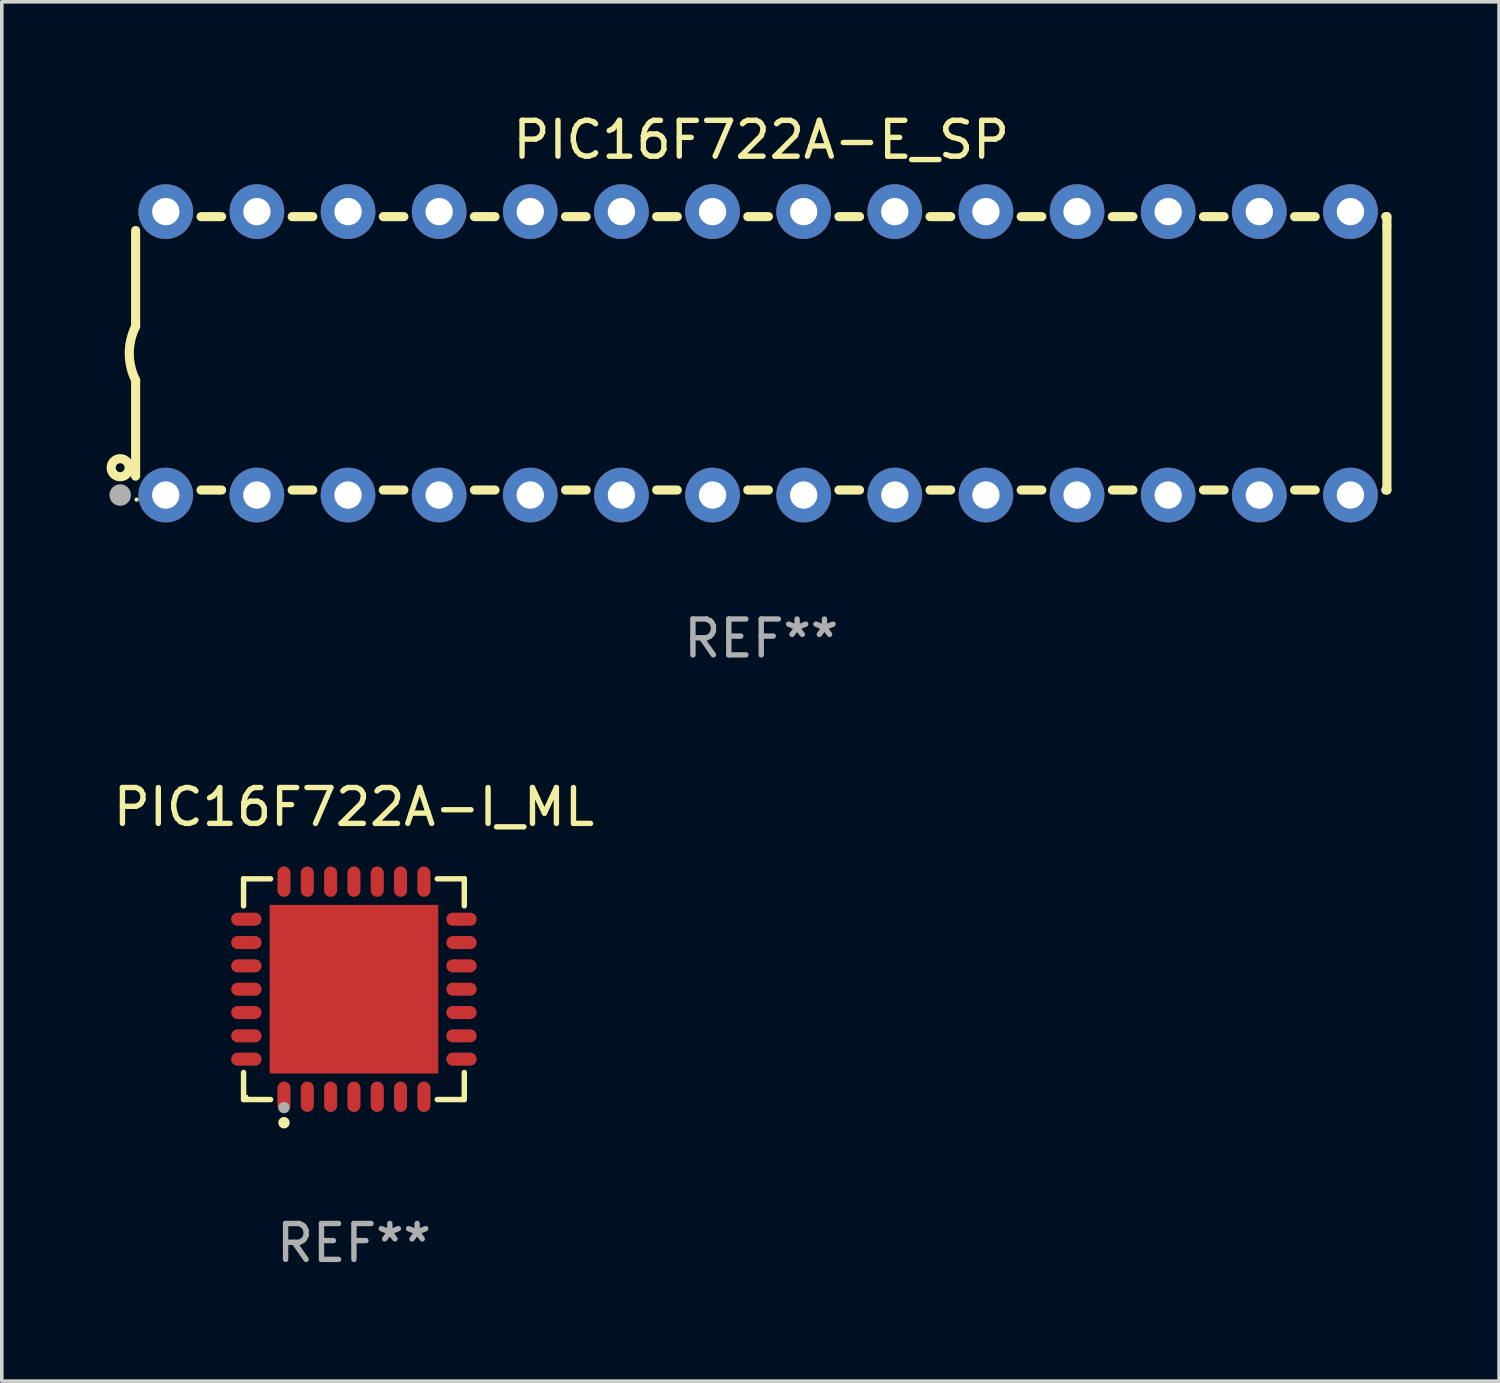
<source format=kicad_pcb>
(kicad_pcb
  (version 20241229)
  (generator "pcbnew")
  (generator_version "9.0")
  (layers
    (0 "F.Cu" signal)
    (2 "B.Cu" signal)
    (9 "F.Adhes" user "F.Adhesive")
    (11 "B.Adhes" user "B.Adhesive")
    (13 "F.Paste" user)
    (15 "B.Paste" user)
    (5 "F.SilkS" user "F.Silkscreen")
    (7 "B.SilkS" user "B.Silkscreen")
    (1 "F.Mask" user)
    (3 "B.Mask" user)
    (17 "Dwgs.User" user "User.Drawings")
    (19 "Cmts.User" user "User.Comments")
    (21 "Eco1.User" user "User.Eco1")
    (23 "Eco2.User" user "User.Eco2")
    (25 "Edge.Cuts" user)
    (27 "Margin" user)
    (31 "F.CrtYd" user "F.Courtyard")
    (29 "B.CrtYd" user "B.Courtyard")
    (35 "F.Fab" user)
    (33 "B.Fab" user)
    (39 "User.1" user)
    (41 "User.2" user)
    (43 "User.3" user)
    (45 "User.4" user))
  (footprint "PIC16F722A-I_ML"
    (layer "F.Cu")
    (at 6.815 24.521)
    (property "Reference" "PIC16F722A-I_ML" (at 0 -5.076 0) (layer "F.SilkS") (effects (font (size 1 1) (thickness 0.15))))
    (attr through_hole)
    (fp_line (start -3.076 -3.076) (end -2.323 -3.076) (stroke (width 0.152) (type solid)) (layer "F.SilkS"))
    (fp_line (start -3.076 -2.323) (end -3.076 -3.076) (stroke (width 0.152) (type solid)) (layer "F.SilkS"))
    (fp_line (start -3.076 2.323) (end -3.076 3.076) (stroke (width 0.152) (type solid)) (layer "F.SilkS"))
    (fp_line (start -3.076 3.076) (end -2.323 3.076) (stroke (width 0.152) (type solid)) (layer "F.SilkS"))
    (fp_line (start 3.076 -3.076) (end 2.323 -3.076) (stroke (width 0.152) (type solid)) (layer "F.SilkS"))
    (fp_line (start 3.076 -2.323) (end 3.076 -3.076) (stroke (width 0.152) (type solid)) (layer "F.SilkS"))
    (fp_line (start 3.076 2.323) (end 3.076 3.076) (stroke (width 0.152) (type solid)) (layer "F.SilkS"))
    (fp_line (start 3.076 3.076) (end 2.323 3.076) (stroke (width 0.152) (type solid)) (layer "F.SilkS"))
    (fp_circle (center -3 3) (end -2.97 3) (stroke (width 0.06) (type solid)) (fill no) (layer "F.SilkS"))
    (fp_circle (center -1.95 3.722) (end -1.87 3.722) (stroke (width 0.16) (type solid)) (fill no) (layer "F.SilkS"))
    (fp_circle (center -1.95 3.3) (end -1.87 3.3) (stroke (width 0.16) (type solid)) (fill no) (layer "F.Fab"))
    (fp_text user "REF**" (at 0 7.076 0) (layer "F.Fab") (effects (font (size 1 1) (thickness 0.15))))
    (pad "1" smd oval (at -1.95 2.998) (size 0.364 0.847) (layers "F.Cu" "F.Mask" "F.Paste"))
    (pad "2" smd oval (at -1.3 2.998) (size 0.364 0.847) (layers "F.Cu" "F.Mask" "F.Paste"))
    (pad "3" smd oval (at -0.65 2.998) (size 0.364 0.847) (layers "F.Cu" "F.Mask" "F.Paste"))
    (pad "4" smd oval (at 0 2.998) (size 0.364 0.847) (layers "F.Cu" "F.Mask" "F.Paste"))
    (pad "5" smd oval (at 0.65 2.998) (size 0.364 0.847) (layers "F.Cu" "F.Mask" "F.Paste"))
    (pad "6" smd oval (at 1.3 2.998) (size 0.364 0.847) (layers "F.Cu" "F.Mask" "F.Paste"))
    (pad "7" smd oval (at 1.95 2.998) (size 0.364 0.847) (layers "F.Cu" "F.Mask" "F.Paste"))
    (pad "8" smd oval (at 2.998 1.95) (size 0.847 0.364) (layers "F.Cu" "F.Mask" "F.Paste"))
    (pad "9" smd oval (at 2.998 1.3) (size 0.847 0.364) (layers "F.Cu" "F.Mask" "F.Paste"))
    (pad "10" smd oval (at 2.998 0.65) (size 0.847 0.364) (layers "F.Cu" "F.Mask" "F.Paste"))
    (pad "11" smd oval (at 2.998 0) (size 0.847 0.364) (layers "F.Cu" "F.Mask" "F.Paste"))
    (pad "12" smd oval (at 2.998 -0.65) (size 0.847 0.364) (layers "F.Cu" "F.Mask" "F.Paste"))
    (pad "13" smd oval (at 2.998 -1.3) (size 0.847 0.364) (layers "F.Cu" "F.Mask" "F.Paste"))
    (pad "14" smd oval (at 2.998 -1.95) (size 0.847 0.364) (layers "F.Cu" "F.Mask" "F.Paste"))
    (pad "15" smd oval (at 1.95 -2.998) (size 0.364 0.847) (layers "F.Cu" "F.Mask" "F.Paste"))
    (pad "16" smd oval (at 1.3 -2.998) (size 0.364 0.847) (layers "F.Cu" "F.Mask" "F.Paste"))
    (pad "17" smd oval (at 0.65 -2.998) (size 0.364 0.847) (layers "F.Cu" "F.Mask" "F.Paste"))
    (pad "18" smd oval (at 0 -2.998) (size 0.364 0.847) (layers "F.Cu" "F.Mask" "F.Paste"))
    (pad "19" smd oval (at -0.65 -2.998) (size 0.364 0.847) (layers "F.Cu" "F.Mask" "F.Paste"))
    (pad "20" smd oval (at -1.3 -2.998) (size 0.364 0.847) (layers "F.Cu" "F.Mask" "F.Paste"))
    (pad "21" smd oval (at -1.95 -2.998) (size 0.364 0.847) (layers "F.Cu" "F.Mask" "F.Paste"))
    (pad "22" smd oval (at -2.998 -1.95) (size 0.847 0.364) (layers "F.Cu" "F.Mask" "F.Paste"))
    (pad "23" smd oval (at -2.998 -1.3) (size 0.847 0.364) (layers "F.Cu" "F.Mask" "F.Paste"))
    (pad "24" smd oval (at -2.998 -0.65) (size 0.847 0.364) (layers "F.Cu" "F.Mask" "F.Paste"))
    (pad "25" smd oval (at -2.998 0) (size 0.847 0.364) (layers "F.Cu" "F.Mask" "F.Paste"))
    (pad "26" smd oval (at -2.998 0.65) (size 0.847 0.364) (layers "F.Cu" "F.Mask" "F.Paste"))
    (pad "27" smd oval (at -2.998 1.3) (size 0.847 0.364) (layers "F.Cu" "F.Mask" "F.Paste"))
    (pad "28" smd oval (at -2.998 1.95) (size 0.847 0.364) (layers "F.Cu" "F.Mask" "F.Paste"))
    (pad "29" smd rect (at 0 0) (size 4.7 4.7) (layers "F.Cu" "F.Mask" "F.Paste")))
  (footprint "PIC16F722A-E_SP"
    (layer "F.Cu")
    (at 18.168 6.798)
    (property "Reference" "PIC16F722A-E_SP" (at 0 -5.95 0) (layer "F.SilkS") (effects (font (size 1 1) (thickness 0.15))))
    (attr through_hole)
    (fp_line (start -17.438 0.75) (end -17.438 3.423) (stroke (width 0.254) (type solid)) (layer "F.SilkS"))
    (fp_line (start -17.438 -3.423) (end -17.438 -0.75) (stroke (width 0.254) (type solid)) (layer "F.SilkS"))
    (fp_line (start -15.615 3.81) (end -15.041 3.81) (stroke (width 0.254) (type solid)) (layer "F.SilkS"))
    (fp_line (start -15.041 -3.81) (end -15.614 -3.81) (stroke (width 0.254) (type solid)) (layer "F.SilkS"))
    (fp_line (start -13.075 3.81) (end -12.501 3.81) (stroke (width 0.254) (type solid)) (layer "F.SilkS"))
    (fp_line (start -12.501 -3.81) (end -13.074 -3.81) (stroke (width 0.254) (type solid)) (layer "F.SilkS"))
    (fp_line (start -10.535 3.81) (end -9.961 3.81) (stroke (width 0.254) (type solid)) (layer "F.SilkS"))
    (fp_line (start -9.961 -3.81) (end -10.534 -3.81) (stroke (width 0.254) (type solid)) (layer "F.SilkS"))
    (fp_line (start -7.995 3.81) (end -7.421 3.81) (stroke (width 0.254) (type solid)) (layer "F.SilkS"))
    (fp_line (start -7.421 -3.81) (end -7.995 -3.81) (stroke (width 0.254) (type solid)) (layer "F.SilkS"))
    (fp_line (start -5.455 3.81) (end -4.881 3.81) (stroke (width 0.254) (type solid)) (layer "F.SilkS"))
    (fp_line (start -4.881 -3.81) (end -5.455 -3.81) (stroke (width 0.254) (type solid)) (layer "F.SilkS"))
    (fp_line (start -2.915 3.81) (end -2.341 3.81) (stroke (width 0.254) (type solid)) (layer "F.SilkS"))
    (fp_line (start -2.341 -3.81) (end -2.915 -3.81) (stroke (width 0.254) (type solid)) (layer "F.SilkS"))
    (fp_line (start -0.375 3.81) (end 0.199 3.81) (stroke (width 0.254) (type solid)) (layer "F.SilkS"))
    (fp_line (start 0.199 -3.81) (end -0.375 -3.81) (stroke (width 0.254) (type solid)) (layer "F.SilkS"))
    (fp_line (start 2.165 3.81) (end 2.739 3.81) (stroke (width 0.254) (type solid)) (layer "F.SilkS"))
    (fp_line (start 2.739 -3.81) (end 2.165 -3.81) (stroke (width 0.254) (type solid)) (layer "F.SilkS"))
    (fp_line (start 4.705 3.81) (end 5.279 3.81) (stroke (width 0.254) (type solid)) (layer "F.SilkS"))
    (fp_line (start 5.279 -3.81) (end 4.705 -3.81) (stroke (width 0.254) (type solid)) (layer "F.SilkS"))
    (fp_line (start 7.245 3.81) (end 7.819 3.81) (stroke (width 0.254) (type solid)) (layer "F.SilkS"))
    (fp_line (start 7.819 -3.81) (end 7.245 -3.81) (stroke (width 0.254) (type solid)) (layer "F.SilkS"))
    (fp_line (start 9.785 3.81) (end 10.359 3.81) (stroke (width 0.254) (type solid)) (layer "F.SilkS"))
    (fp_line (start 10.359 -3.81) (end 9.785 -3.81) (stroke (width 0.254) (type solid)) (layer "F.SilkS"))
    (fp_line (start 12.325 3.81) (end 12.899 3.81) (stroke (width 0.254) (type solid)) (layer "F.SilkS"))
    (fp_line (start 12.899 -3.81) (end 12.325 -3.81) (stroke (width 0.254) (type solid)) (layer "F.SilkS"))
    (fp_line (start 14.865 3.81) (end 15.439 3.81) (stroke (width 0.254) (type solid)) (layer "F.SilkS"))
    (fp_line (start 15.439 -3.81) (end 14.865 -3.81) (stroke (width 0.254) (type solid)) (layer "F.SilkS"))
    (fp_line (start 17.405 3.81) (end 17.438 3.81) (stroke (width 0.254) (type solid)) (layer "F.SilkS"))
    (fp_line (start 17.438 -3.81) (end 17.405 -3.81) (stroke (width 0.254) (type solid)) (layer "F.SilkS"))
    (fp_line (start 17.438 -3.556) (end 17.438 -3.81) (stroke (width 0.254) (type solid)) (layer "F.SilkS"))
    (fp_line (start 17.438 3.81) (end 17.438 -3.556) (stroke (width 0.254) (type solid)) (layer "F.SilkS"))
    (fp_arc (start -17.437986 0.749657) (mid -17.614887 -0.000024) (end -17.437783 -0.749657) (stroke (width 0.254001) (type solid)) (layer "F.SilkS"))
    (fp_circle (center -17.868 3.188) (end -17.743 3.188) (stroke (width 0.254) (type solid)) (fill no) (layer "F.SilkS"))
    (fp_circle (center -17.411 4.077) (end -17.381 4.077) (stroke (width 0.06) (type solid)) (fill no) (layer "F.SilkS"))
    (fp_circle (center -17.868 3.95) (end -17.718 3.95) (stroke (width 0.3) (type solid)) (fill no) (layer "F.Fab"))
    (fp_text user "REF**" (at 0 7.95 0) (layer "F.Fab") (effects (font (size 1 1) (thickness 0.15))))
    (pad "1" thru_hole circle (at -16.598 3.95) (size 1.524 1.524) (drill 0.762) (layers "*.Cu" "*.Mask"))
    (pad "2" thru_hole circle (at -14.058 3.95) (size 1.524 1.524) (drill 0.762) (layers "*.Cu" "*.Mask"))
    (pad "3" thru_hole circle (at -11.518 3.95) (size 1.524 1.524) (drill 0.762) (layers "*.Cu" "*.Mask"))
    (pad "4" thru_hole circle (at -8.978 3.95) (size 1.524 1.524) (drill 0.762) (layers "*.Cu" "*.Mask"))
    (pad "5" thru_hole circle (at -6.438 3.95) (size 1.524 1.524) (drill 0.762) (layers "*.Cu" "*.Mask"))
    (pad "6" thru_hole circle (at -3.898 3.95) (size 1.524 1.524) (drill 0.762) (layers "*.Cu" "*.Mask"))
    (pad "7" thru_hole circle (at -1.358 3.95) (size 1.524 1.524) (drill 0.762) (layers "*.Cu" "*.Mask"))
    (pad "8" thru_hole circle (at 1.182 3.95) (size 1.524 1.524) (drill 0.762) (layers "*.Cu" "*.Mask"))
    (pad "9" thru_hole circle (at 3.722 3.95) (size 1.524 1.524) (drill 0.762) (layers "*.Cu" "*.Mask"))
    (pad "10" thru_hole circle (at 6.262 3.95) (size 1.524 1.524) (drill 0.762) (layers "*.Cu" "*.Mask"))
    (pad "11" thru_hole circle (at 8.802 3.95) (size 1.524 1.524) (drill 0.762) (layers "*.Cu" "*.Mask"))
    (pad "12" thru_hole circle (at 11.342 3.95) (size 1.524 1.524) (drill 0.762) (layers "*.Cu" "*.Mask"))
    (pad "13" thru_hole circle (at 13.882 3.95) (size 1.524 1.524) (drill 0.762) (layers "*.Cu" "*.Mask"))
    (pad "14" thru_hole circle (at 16.422 3.95) (size 1.524 1.524) (drill 0.762) (layers "*.Cu" "*.Mask"))
    (pad "15" thru_hole circle (at 16.422 -3.95) (size 1.524 1.524) (drill 0.762) (layers "*.Cu" "*.Mask"))
    (pad "16" thru_hole circle (at 13.882 -3.95) (size 1.524 1.524) (drill 0.762) (layers "*.Cu" "*.Mask"))
    (pad "17" thru_hole circle (at 11.342 -3.95) (size 1.524 1.524) (drill 0.762) (layers "*.Cu" "*.Mask"))
    (pad "18" thru_hole circle (at 8.802 -3.95) (size 1.524 1.524) (drill 0.762) (layers "*.Cu" "*.Mask"))
    (pad "19" thru_hole circle (at 6.262 -3.95) (size 1.524 1.524) (drill 0.762) (layers "*.Cu" "*.Mask"))
    (pad "20" thru_hole circle (at 3.722 -3.95) (size 1.524 1.524) (drill 0.762) (layers "*.Cu" "*.Mask"))
    (pad "21" thru_hole circle (at 1.182 -3.95) (size 1.524 1.524) (drill 0.762) (layers "*.Cu" "*.Mask"))
    (pad "22" thru_hole circle (at -1.358 -3.95) (size 1.524 1.524) (drill 0.762) (layers "*.Cu" "*.Mask"))
    (pad "23" thru_hole circle (at -3.898 -3.95) (size 1.524 1.524) (drill 0.762) (layers "*.Cu" "*.Mask"))
    (pad "24" thru_hole circle (at -6.438 -3.95) (size 1.524 1.524) (drill 0.762) (layers "*.Cu" "*.Mask"))
    (pad "25" thru_hole circle (at -8.978 -3.95) (size 1.524 1.524) (drill 0.762) (layers "*.Cu" "*.Mask"))
    (pad "26" thru_hole circle (at -11.517 -3.95) (size 1.524 1.524) (drill 0.762) (layers "*.Cu" "*.Mask"))
    (pad "27" thru_hole circle (at -14.057 -3.95) (size 1.524 1.524) (drill 0.762) (layers "*.Cu" "*.Mask"))
    (pad "28" thru_hole circle (at -16.597 -3.95) (size 1.524 1.524) (drill 0.762) (layers "*.Cu" "*.Mask")))
  (gr_rect
    (start -3 -3)
    (end 38.733 35.445)
    (stroke (width 0.1) (type default))
    (fill no)
    (layer "Edge.Cuts")))
</source>
